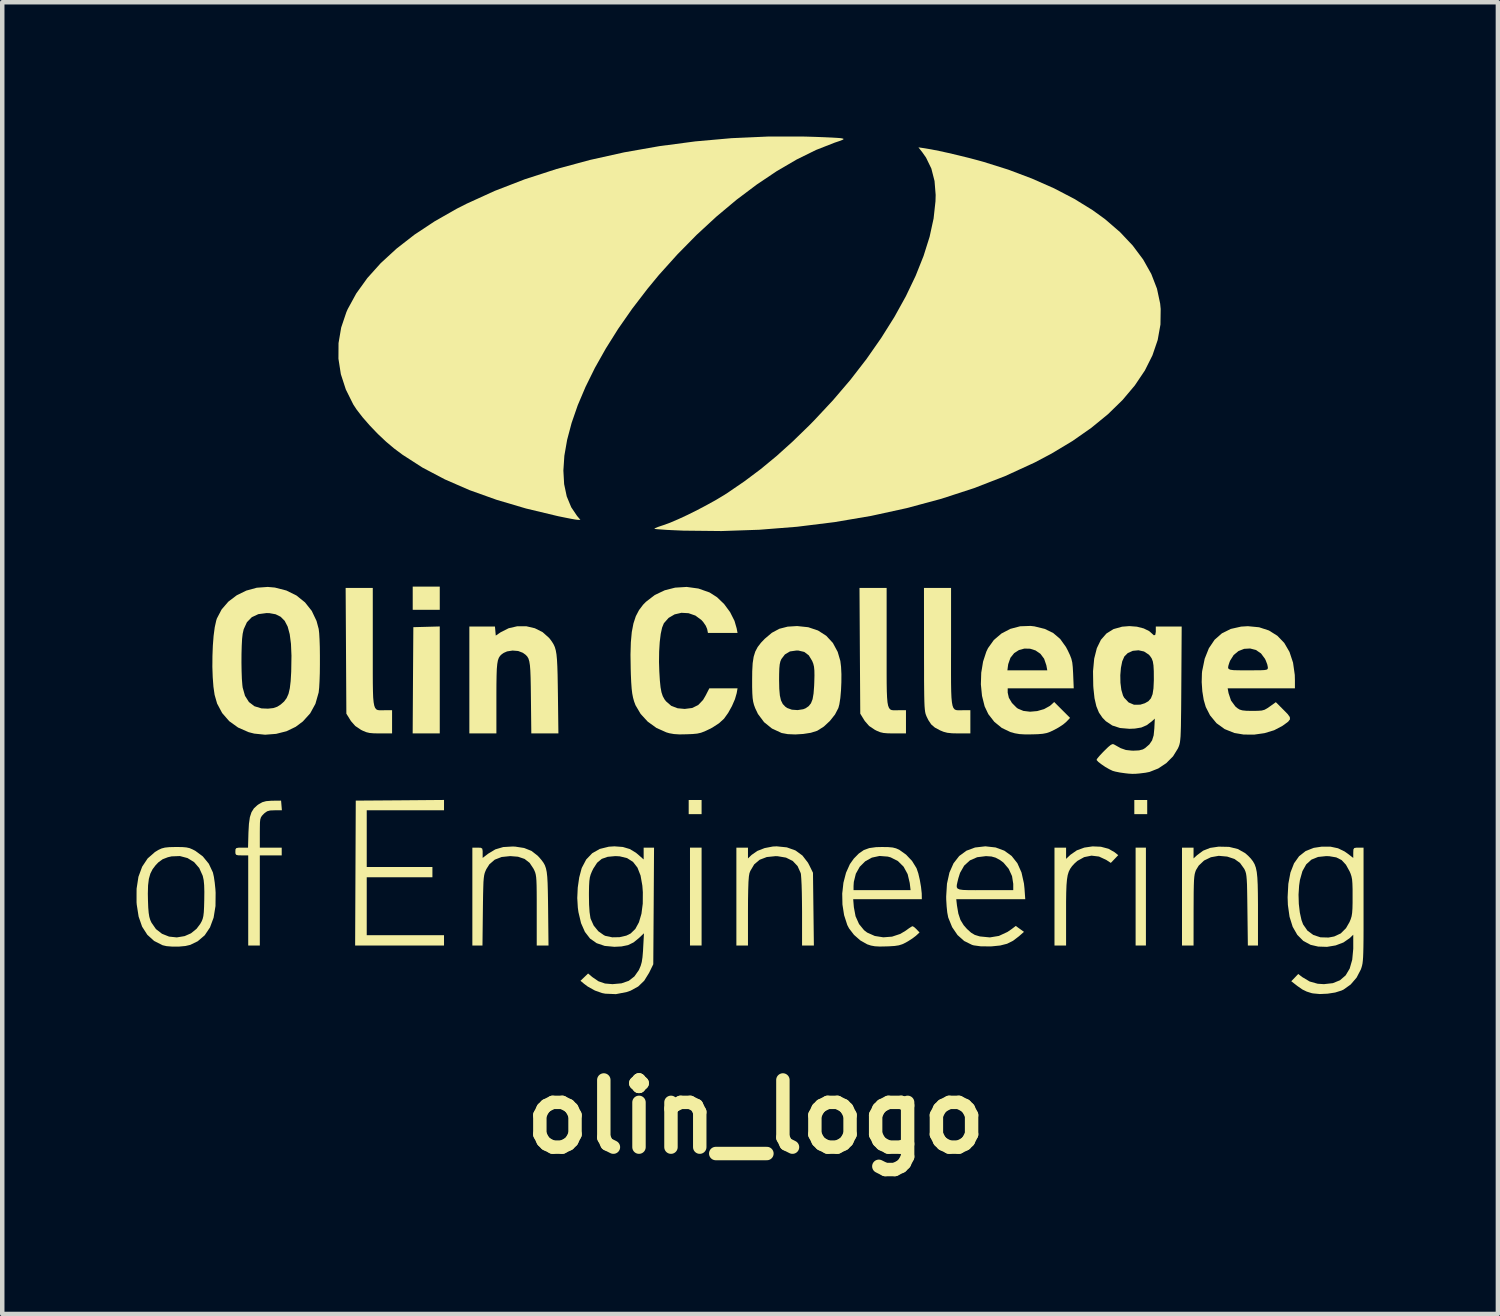
<source format=kicad_pcb>
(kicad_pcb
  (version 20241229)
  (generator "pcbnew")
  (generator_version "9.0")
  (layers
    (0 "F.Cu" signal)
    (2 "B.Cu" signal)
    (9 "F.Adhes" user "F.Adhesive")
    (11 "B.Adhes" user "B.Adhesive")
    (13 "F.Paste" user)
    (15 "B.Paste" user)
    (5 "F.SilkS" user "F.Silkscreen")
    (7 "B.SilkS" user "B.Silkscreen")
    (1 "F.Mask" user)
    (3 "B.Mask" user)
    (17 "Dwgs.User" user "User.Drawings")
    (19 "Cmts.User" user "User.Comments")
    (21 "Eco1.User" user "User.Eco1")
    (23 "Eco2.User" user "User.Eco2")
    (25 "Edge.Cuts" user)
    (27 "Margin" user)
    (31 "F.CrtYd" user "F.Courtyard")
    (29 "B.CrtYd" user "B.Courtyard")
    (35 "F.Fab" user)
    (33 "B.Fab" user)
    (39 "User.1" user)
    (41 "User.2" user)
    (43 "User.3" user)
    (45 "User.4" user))
  (footprint "olin_logo"
    (layer "F.Cu")
    (at 13.804 15.818)
    (property "Reference" "olin_logo" (at 0.025 6.075 0) (layer "F.SilkS") (effects (font (size 1.5 1.5) (thickness 0.3))))
    (attr board_only exclude_from_pos_files exclude_from_bom)
    (fp_poly (pts (xy -7.032 -5.507) (xy -7.032 -5.248) (xy -7.334 -5.248) (xy -7.636 -5.248) (xy -7.636 -5.507) (xy -7.636 -5.766) (xy -7.334 -5.766) (xy -7.032 -5.766)) (stroke (width 0) (type solid)) (fill yes) (layer "F.SilkS"))
    (fp_poly (pts (xy -7.032 -3.682) (xy -7.032 -2.487) (xy -7.335 -2.487) (xy -7.637 -2.487) (xy -7.63 -3.673) (xy -7.622 -4.86) (xy -7.327 -4.868) (xy -7.032 -4.876)) (stroke (width 0) (type solid)) (fill yes) (layer "F.SilkS"))
    (fp_poly (pts (xy -1.184 -0.842) (xy -1.184 -0.684) (xy -1.328 -0.684) (xy -1.472 -0.684) (xy -1.472 -0.842) (xy -1.472 -1) (xy -1.328 -1) (xy -1.184 -1)) (stroke (width 0) (type solid)) (fill yes) (layer "F.SilkS"))
    (fp_poly (pts (xy -1.184 1.157) (xy -1.184 2.25) (xy -1.313 2.25) (xy -1.443 2.25) (xy -1.443 1.157) (xy -1.443 0.064) (xy -1.313 0.064) (xy -1.184 0.064)) (stroke (width 0) (type solid)) (fill yes) (layer "F.SilkS"))
    (fp_poly (pts (xy 8.74 1.157) (xy 8.74 2.25) (xy 8.625 2.25) (xy 8.51 2.25) (xy 8.51 1.157) (xy 8.51 0.064) (xy 8.625 0.064) (xy 8.74 0.064)) (stroke (width 0) (type solid)) (fill yes) (layer "F.SilkS"))
    (fp_poly (pts (xy 8.769 -0.842) (xy 8.769 -0.684) (xy 8.625 -0.684) (xy 8.481 -0.684) (xy 8.481 -0.842) (xy 8.481 -1) (xy 8.625 -1) (xy 8.769 -1)) (stroke (width 0) (type solid)) (fill yes) (layer "F.SilkS"))
    (fp_poly (pts (xy -6.937 -0.886) (xy -6.937 -0.77) (xy -7.8 -0.77) (xy -8.663 -0.77) (xy -8.663 -0.137) (xy -8.663 0.496) (xy -7.93 0.496) (xy -7.196 0.496) (xy -7.196 0.611) (xy -7.196 0.726) (xy -7.93 0.726) (xy -8.663 0.726) (xy -8.663 1.373) (xy -8.663 2.02) (xy -7.8 2.02) (xy -6.937 2.02) (xy -6.937 2.135) (xy -6.937 2.25) (xy -7.93 2.25) (xy -8.922 2.25) (xy -8.915 0.632) (xy -8.908 -0.986) (xy -7.922 -0.993) (xy -6.937 -1.001)) (stroke (width 0) (type solid)) (fill yes) (layer "F.SilkS"))
    (fp_poly (pts (xy -8.528 -4.416) (xy -8.528 -4.094) (xy -8.528 -3.825) (xy -8.527 -3.604) (xy -8.524 -3.427) (xy -8.519 -3.288) (xy -8.509 -3.183) (xy -8.495 -3.108) (xy -8.476 -3.057) (xy -8.45 -3.025) (xy -8.417 -3.009) (xy -8.376 -3.004) (xy -8.327 -3.004) (xy -8.267 -3.005) (xy -8.097 -3.005) (xy -8.097 -2.746) (xy -8.097 -2.487) (xy -8.367 -2.487) (xy -8.502 -2.489) (xy -8.598 -2.497) (xy -8.674 -2.515) (xy -8.749 -2.546) (xy -8.791 -2.567) (xy -8.918 -2.652) (xy -9.014 -2.761) (xy -9.031 -2.788) (xy -9.118 -2.928) (xy -9.126 -4.333) (xy -9.134 -5.737) (xy -8.831 -5.737) (xy -8.528 -5.737)) (stroke (width 0) (type solid)) (fill yes) (layer "F.SilkS"))
    (fp_poly (pts (xy 2.949 -4.416) (xy 2.949 -4.094) (xy 2.949 -3.825) (xy 2.95 -3.604) (xy 2.953 -3.427) (xy 2.959 -3.288) (xy 2.968 -3.183) (xy 2.982 -3.108) (xy 3.002 -3.057) (xy 3.027 -3.025) (xy 3.06 -3.009) (xy 3.101 -3.004) (xy 3.151 -3.004) (xy 3.21 -3.005) (xy 3.381 -3.005) (xy 3.381 -2.746) (xy 3.381 -2.487) (xy 3.111 -2.487) (xy 2.976 -2.489) (xy 2.88 -2.497) (xy 2.803 -2.515) (xy 2.728 -2.546) (xy 2.687 -2.567) (xy 2.559 -2.652) (xy 2.464 -2.761) (xy 2.446 -2.788) (xy 2.36 -2.928) (xy 2.351 -4.333) (xy 2.343 -5.737) (xy 2.646 -5.737) (xy 2.949 -5.737)) (stroke (width 0) (type solid)) (fill yes) (layer "F.SilkS"))
    (fp_poly (pts (xy 7.734 0.044) (xy 7.904 0.089) (xy 8.039 0.166) (xy 8.122 0.232) (xy 8.039 0.319) (xy 7.956 0.405) (xy 7.852 0.337) (xy 7.692 0.263) (xy 7.525 0.243) (xy 7.361 0.276) (xy 7.21 0.36) (xy 7.143 0.42) (xy 7.09 0.478) (xy 7.049 0.536) (xy 7.017 0.6) (xy 6.993 0.678) (xy 6.977 0.777) (xy 6.966 0.906) (xy 6.96 1.07) (xy 6.957 1.278) (xy 6.957 1.513) (xy 6.957 2.25) (xy 6.827 2.25) (xy 6.698 2.25) (xy 6.698 1.157) (xy 6.698 0.064) (xy 6.827 0.064) (xy 6.957 0.064) (xy 6.957 0.19) (xy 6.957 0.315) (xy 7.056 0.222) (xy 7.196 0.125) (xy 7.365 0.063) (xy 7.549 0.036)) (stroke (width 0) (type solid)) (fill yes) (layer "F.SilkS"))
    (fp_poly (pts (xy 4.388 -4.416) (xy 4.387 -4.094) (xy 4.387 -3.825) (xy 4.388 -3.604) (xy 4.391 -3.427) (xy 4.397 -3.288) (xy 4.407 -3.183) (xy 4.421 -3.108) (xy 4.44 -3.057) (xy 4.466 -3.025) (xy 4.499 -3.009) (xy 4.539 -3.004) (xy 4.589 -3.004) (xy 4.649 -3.005) (xy 4.819 -3.005) (xy 4.819 -2.746) (xy 4.819 -2.487) (xy 4.553 -2.487) (xy 4.411 -2.49) (xy 4.306 -2.501) (xy 4.221 -2.523) (xy 4.143 -2.555) (xy 4.026 -2.618) (xy 3.945 -2.688) (xy 3.881 -2.784) (xy 3.843 -2.861) (xy 3.83 -2.893) (xy 3.818 -2.927) (xy 3.809 -2.969) (xy 3.802 -3.024) (xy 3.796 -3.097) (xy 3.792 -3.193) (xy 3.789 -3.318) (xy 3.787 -3.477) (xy 3.785 -3.676) (xy 3.785 -3.919) (xy 3.784 -4.212) (xy 3.784 -4.364) (xy 3.783 -5.737) (xy 4.086 -5.737) (xy 4.388 -5.737)) (stroke (width 0) (type solid)) (fill yes) (layer "F.SilkS"))
    (fp_poly (pts (xy 0.72 0.058) (xy 0.911 0.126) (xy 1.068 0.24) (xy 1.192 0.401) (xy 1.223 0.46) (xy 1.304 0.625) (xy 1.314 1.438) (xy 1.324 2.25) (xy 1.192 2.25) (xy 1.06 2.25) (xy 1.06 1.495) (xy 1.058 1.275) (xy 1.055 1.074) (xy 1.05 0.9) (xy 1.043 0.762) (xy 1.036 0.668) (xy 1.03 0.633) (xy 0.96 0.476) (xy 0.851 0.361) (xy 0.702 0.287) (xy 0.517 0.256) (xy 0.47 0.254) (xy 0.272 0.274) (xy 0.113 0.335) (xy -0.008 0.437) (xy -0.096 0.585) (xy -0.115 0.636) (xy -0.127 0.704) (xy -0.137 0.828) (xy -0.143 1.006) (xy -0.147 1.237) (xy -0.148 1.492) (xy -0.148 2.25) (xy -0.278 2.25) (xy -0.407 2.25) (xy -0.407 1.157) (xy -0.407 0.064) (xy -0.278 0.064) (xy -0.148 0.064) (xy -0.148 0.185) (xy -0.148 0.305) (xy -0.067 0.227) (xy 0.06 0.138) (xy 0.224 0.074) (xy 0.407 0.039) (xy 0.494 0.035)) (stroke (width 0) (type solid)) (fill yes) (layer "F.SilkS"))
    (fp_poly (pts (xy -10.567 -0.878) (xy -10.558 -0.77) (xy -10.72 -0.77) (xy -10.821 -0.766) (xy -10.887 -0.748) (xy -10.944 -0.708) (xy -10.967 -0.686) (xy -11.003 -0.648) (xy -11.026 -0.612) (xy -11.041 -0.565) (xy -11.048 -0.496) (xy -11.05 -0.391) (xy -11.051 -0.269) (xy -11.051 0.064) (xy -10.806 0.064) (xy -10.562 0.064) (xy -10.562 0.15) (xy -10.562 0.237) (xy -10.806 0.237) (xy -11.051 0.237) (xy -11.051 1.243) (xy -11.051 2.25) (xy -11.18 2.25) (xy -11.31 2.25) (xy -11.31 1.243) (xy -11.31 0.237) (xy -11.453 0.237) (xy -11.538 0.235) (xy -11.581 0.223) (xy -11.596 0.193) (xy -11.597 0.15) (xy -11.594 0.099) (xy -11.574 0.074) (xy -11.523 0.065) (xy -11.456 0.064) (xy -11.314 0.064) (xy -11.305 -0.274) (xy -11.294 -0.468) (xy -11.273 -0.616) (xy -11.237 -0.727) (xy -11.183 -0.813) (xy -11.107 -0.883) (xy -11.073 -0.907) (xy -10.994 -0.951) (xy -10.911 -0.974) (xy -10.801 -0.983) (xy -10.768 -0.984) (xy -10.576 -0.986)) (stroke (width 0) (type solid)) (fill yes) (layer "F.SilkS"))
    (fp_poly (pts (xy -5.1 -4.881) (xy -4.908 -4.836) (xy -4.735 -4.749) (xy -4.591 -4.621) (xy -4.568 -4.593) (xy -4.525 -4.534) (xy -4.49 -4.477) (xy -4.462 -4.416) (xy -4.441 -4.343) (xy -4.425 -4.252) (xy -4.414 -4.135) (xy -4.406 -3.987) (xy -4.4 -3.8) (xy -4.396 -3.567) (xy -4.393 -3.371) (xy -4.382 -2.487) (xy -4.684 -2.487) (xy -4.987 -2.487) (xy -4.996 -3.286) (xy -4.999 -3.536) (xy -5.003 -3.735) (xy -5.009 -3.89) (xy -5.018 -4.008) (xy -5.032 -4.095) (xy -5.051 -4.159) (xy -5.078 -4.205) (xy -5.113 -4.242) (xy -5.158 -4.275) (xy -5.181 -4.29) (xy -5.281 -4.328) (xy -5.406 -4.338) (xy -5.528 -4.319) (xy -5.603 -4.286) (xy -5.649 -4.254) (xy -5.685 -4.219) (xy -5.713 -4.175) (xy -5.734 -4.116) (xy -5.748 -4.035) (xy -5.758 -3.924) (xy -5.763 -3.778) (xy -5.766 -3.589) (xy -5.767 -3.351) (xy -5.767 -3.279) (xy -5.767 -2.487) (xy -6.069 -2.487) (xy -6.371 -2.487) (xy -6.371 -3.681) (xy -6.371 -4.874) (xy -6.085 -4.874) (xy -5.799 -4.874) (xy -5.79 -4.773) (xy -5.781 -4.672) (xy -5.674 -4.745) (xy -5.494 -4.836) (xy -5.299 -4.881)) (stroke (width 0) (type solid)) (fill yes) (layer "F.SilkS"))
    (fp_poly (pts (xy 10.598 0.047) (xy 10.793 0.095) (xy 10.957 0.187) (xy 11.025 0.247) (xy 11.084 0.309) (xy 11.131 0.37) (xy 11.168 0.435) (xy 11.196 0.513) (xy 11.216 0.611) (xy 11.229 0.735) (xy 11.237 0.893) (xy 11.241 1.091) (xy 11.243 1.337) (xy 11.243 1.45) (xy 11.243 2.25) (xy 11.13 2.25) (xy 11.017 2.25) (xy 11.007 1.452) (xy 11.004 1.216) (xy 11.001 1.03) (xy 10.998 0.887) (xy 10.992 0.779) (xy 10.985 0.7) (xy 10.976 0.642) (xy 10.963 0.597) (xy 10.947 0.559) (xy 10.934 0.534) (xy 10.841 0.405) (xy 10.717 0.317) (xy 10.556 0.264) (xy 10.367 0.247) (xy 10.192 0.278) (xy 10.039 0.352) (xy 9.919 0.466) (xy 9.858 0.566) (xy 9.843 0.607) (xy 9.83 0.654) (xy 9.821 0.715) (xy 9.814 0.798) (xy 9.81 0.909) (xy 9.807 1.057) (xy 9.806 1.248) (xy 9.805 1.466) (xy 9.804 2.25) (xy 9.675 2.25) (xy 9.546 2.25) (xy 9.546 1.157) (xy 9.546 0.064) (xy 9.675 0.064) (xy 9.804 0.064) (xy 9.804 0.185) (xy 9.804 0.305) (xy 9.884 0.231) (xy 10.018 0.132) (xy 10.173 0.07) (xy 10.364 0.042) (xy 10.368 0.042)) (stroke (width 0) (type solid)) (fill yes) (layer "F.SilkS"))
    (fp_poly (pts (xy -5.348 0.041) (xy -5.147 0.072) (xy -4.984 0.137) (xy -4.847 0.243) (xy -4.809 0.283) (xy -4.758 0.343) (xy -4.717 0.399) (xy -4.685 0.456) (xy -4.661 0.524) (xy -4.643 0.608) (xy -4.631 0.716) (xy -4.623 0.856) (xy -4.618 1.034) (xy -4.614 1.258) (xy -4.612 1.423) (xy -4.603 2.25) (xy -4.735 2.25) (xy -4.866 2.25) (xy -4.866 1.465) (xy -4.866 1.232) (xy -4.867 1.049) (xy -4.869 0.908) (xy -4.873 0.803) (xy -4.879 0.724) (xy -4.888 0.666) (xy -4.9 0.62) (xy -4.917 0.578) (xy -4.938 0.535) (xy -5.025 0.404) (xy -5.138 0.316) (xy -5.284 0.267) (xy -5.457 0.253) (xy -5.65 0.273) (xy -5.804 0.333) (xy -5.924 0.437) (xy -5.992 0.545) (xy -6.012 0.589) (xy -6.028 0.631) (xy -6.04 0.681) (xy -6.049 0.746) (xy -6.056 0.833) (xy -6.06 0.95) (xy -6.064 1.104) (xy -6.067 1.303) (xy -6.069 1.466) (xy -6.078 2.25) (xy -6.191 2.25) (xy -6.304 2.25) (xy -6.304 1.157) (xy -6.304 0.064) (xy -6.189 0.064) (xy -6.116 0.067) (xy -6.083 0.086) (xy -6.074 0.139) (xy -6.074 0.179) (xy -6.074 0.294) (xy -5.949 0.198) (xy -5.791 0.103) (xy -5.615 0.051) (xy -5.409 0.039)) (stroke (width 0) (type solid)) (fill yes) (layer "F.SilkS"))
    (fp_poly (pts (xy 6.251 -4.878) (xy 6.482 -4.821) (xy 6.67 -4.729) (xy 6.825 -4.597) (xy 6.953 -4.419) (xy 6.995 -4.34) (xy 7.043 -4.238) (xy 7.075 -4.155) (xy 7.095 -4.072) (xy 7.106 -3.971) (xy 7.114 -3.834) (xy 7.115 -3.809) (xy 7.128 -3.494) (xy 6.39 -3.494) (xy 5.653 -3.494) (xy 5.653 -3.397) (xy 5.679 -3.283) (xy 5.748 -3.167) (xy 5.85 -3.064) (xy 5.881 -3.041) (xy 6.003 -2.99) (xy 6.152 -2.972) (xy 6.312 -2.986) (xy 6.465 -3.03) (xy 6.594 -3.101) (xy 6.625 -3.127) (xy 6.691 -3.189) (xy 6.869 -3.011) (xy 7.046 -2.834) (xy 6.961 -2.745) (xy 6.891 -2.686) (xy 6.79 -2.62) (xy 6.69 -2.565) (xy 6.599 -2.522) (xy 6.521 -2.495) (xy 6.437 -2.479) (xy 6.33 -2.47) (xy 6.201 -2.466) (xy 6.04 -2.465) (xy 5.918 -2.472) (xy 5.812 -2.49) (xy 5.713 -2.518) (xy 5.522 -2.609) (xy 5.354 -2.746) (xy 5.22 -2.918) (xy 5.138 -3.091) (xy 5.079 -3.327) (xy 5.054 -3.583) (xy 5.062 -3.843) (xy 5.071 -3.896) (xy 5.646 -3.896) (xy 6.091 -3.896) (xy 6.537 -3.896) (xy 6.516 -4.01) (xy 6.466 -4.156) (xy 6.383 -4.266) (xy 6.275 -4.34) (xy 6.153 -4.379) (xy 6.026 -4.382) (xy 5.904 -4.349) (xy 5.797 -4.28) (xy 5.714 -4.176) (xy 5.665 -4.035) (xy 5.661 -4.01) (xy 5.646 -3.896) (xy 5.071 -3.896) (xy 5.103 -4.091) (xy 5.175 -4.312) (xy 5.213 -4.391) (xy 5.344 -4.574) (xy 5.513 -4.718) (xy 5.711 -4.822) (xy 5.931 -4.88) (xy 6.163 -4.888)) (stroke (width 0) (type solid)) (fill yes) (layer "F.SilkS"))
    (fp_poly (pts (xy 5.383 0.06) (xy 5.578 0.132) (xy 5.741 0.25) (xy 5.869 0.412) (xy 5.961 0.618) (xy 6.016 0.864) (xy 6.028 0.976) (xy 6.045 1.215) (xy 5.274 1.215) (xy 4.504 1.215) (xy 4.52 1.357) (xy 4.551 1.538) (xy 4.598 1.679) (xy 4.67 1.797) (xy 4.744 1.881) (xy 4.835 1.963) (xy 4.918 2.013) (xy 5.019 2.044) (xy 5.039 2.048) (xy 5.255 2.069) (xy 5.456 2.036) (xy 5.648 1.947) (xy 5.74 1.884) (xy 5.833 1.813) (xy 5.925 1.879) (xy 6.017 1.945) (xy 5.904 2.044) (xy 5.773 2.144) (xy 5.639 2.211) (xy 5.485 2.25) (xy 5.295 2.269) (xy 5.259 2.27) (xy 5.051 2.268) (xy 4.896 2.247) (xy 4.857 2.236) (xy 4.682 2.15) (xy 4.532 2.016) (xy 4.412 1.84) (xy 4.326 1.628) (xy 4.322 1.611) (xy 4.303 1.512) (xy 4.289 1.376) (xy 4.28 1.225) (xy 4.279 1.157) (xy 4.292 0.946) (xy 4.515 0.946) (xy 4.534 0.978) (xy 4.579 0.998) (xy 4.656 1.009) (xy 4.772 1.013) (xy 4.933 1.014) (xy 5.144 1.013) (xy 5.777 1.013) (xy 5.777 0.873) (xy 5.75 0.7) (xy 5.675 0.537) (xy 5.56 0.4) (xy 5.48 0.34) (xy 5.383 0.288) (xy 5.291 0.262) (xy 5.175 0.254) (xy 5.164 0.254) (xy 4.971 0.278) (xy 4.809 0.349) (xy 4.681 0.466) (xy 4.589 0.627) (xy 4.551 0.748) (xy 4.53 0.834) (xy 4.516 0.899) (xy 4.515 0.946) (xy 4.292 0.946) (xy 4.297 0.868) (xy 4.352 0.62) (xy 4.443 0.414) (xy 4.57 0.251) (xy 4.73 0.133) (xy 4.924 0.061) (xy 5.15 0.035) (xy 5.157 0.035)) (stroke (width 0) (type solid)) (fill yes) (layer "F.SilkS"))
    (fp_poly (pts (xy 1.101 -15.818) (xy 1.182 -15.816) (xy 1.377 -15.81) (xy 1.558 -15.803) (xy 1.715 -15.796) (xy 1.838 -15.789) (xy 1.918 -15.783) (xy 1.938 -15.78) (xy 1.979 -15.771) (xy 1.988 -15.76) (xy 1.961 -15.743) (xy 1.89 -15.716) (xy 1.789 -15.682) (xy 1.373 -15.519) (xy 0.941 -15.306) (xy 0.497 -15.047) (xy 0.047 -14.745) (xy -0.405 -14.405) (xy -0.854 -14.029) (xy -1.295 -13.622) (xy -1.724 -13.186) (xy -2.137 -12.727) (xy -2.392 -12.418) (xy -2.735 -11.971) (xy -3.046 -11.525) (xy -3.323 -11.084) (xy -3.567 -10.651) (xy -3.776 -10.227) (xy -3.95 -9.817) (xy -4.087 -9.422) (xy -4.187 -9.045) (xy -4.249 -8.69) (xy -4.271 -8.359) (xy -4.254 -8.055) (xy -4.196 -7.781) (xy -4.096 -7.539) (xy -3.966 -7.346) (xy -3.89 -7.256) (xy -3.957 -7.258) (xy -4.01 -7.265) (xy -4.106 -7.282) (xy -4.232 -7.307) (xy -4.375 -7.336) (xy -4.398 -7.341) (xy -5.107 -7.511) (xy -5.763 -7.705) (xy -6.367 -7.921) (xy -6.918 -8.161) (xy -7.417 -8.424) (xy -7.863 -8.711) (xy -8.052 -8.852) (xy -8.23 -9.002) (xy -8.414 -9.175) (xy -8.592 -9.361) (xy -8.754 -9.546) (xy -8.888 -9.719) (xy -8.964 -9.835) (xy -9.13 -10.169) (xy -9.241 -10.51) (xy -9.295 -10.856) (xy -9.293 -11.204) (xy -9.234 -11.551) (xy -9.119 -11.893) (xy -9.088 -11.964) (xy -8.896 -12.315) (xy -8.649 -12.658) (xy -8.348 -12.993) (xy -7.996 -13.316) (xy -7.595 -13.628) (xy -7.146 -13.925) (xy -6.651 -14.207) (xy -6.43 -14.319) (xy -5.805 -14.604) (xy -5.135 -14.863) (xy -4.425 -15.093) (xy -3.683 -15.294) (xy -2.915 -15.465) (xy -2.126 -15.604) (xy -1.324 -15.71) (xy -0.515 -15.782) (xy 0.295 -15.818)) (stroke (width 0) (type solid)) (fill yes) (layer "F.SilkS"))
    (fp_poly (pts (xy 1.198 -4.859) (xy 1.416 -4.786) (xy 1.6 -4.668) (xy 1.748 -4.508) (xy 1.856 -4.308) (xy 1.915 -4.106) (xy 1.931 -3.976) (xy 1.939 -3.812) (xy 1.938 -3.631) (xy 1.93 -3.448) (xy 1.915 -3.278) (xy 1.893 -3.137) (xy 1.871 -3.054) (xy 1.796 -2.91) (xy 1.683 -2.767) (xy 1.548 -2.641) (xy 1.407 -2.551) (xy 1.389 -2.543) (xy 1.255 -2.501) (xy 1.087 -2.475) (xy 0.909 -2.464) (xy 0.741 -2.471) (xy 0.605 -2.496) (xy 0.6 -2.498) (xy 0.388 -2.596) (xy 0.212 -2.738) (xy 0.075 -2.921) (xy 0.013 -3.051) (xy -0.014 -3.125) (xy -0.032 -3.196) (xy -0.044 -3.277) (xy -0.051 -3.382) (xy -0.055 -3.523) (xy -0.055 -3.652) (xy -0.055 -3.681) (xy 0.547 -3.681) (xy 0.551 -3.484) (xy 0.564 -3.335) (xy 0.589 -3.225) (xy 0.629 -3.144) (xy 0.686 -3.084) (xy 0.727 -3.055) (xy 0.832 -3.017) (xy 0.961 -3.008) (xy 1.085 -3.027) (xy 1.138 -3.048) (xy 1.208 -3.096) (xy 1.259 -3.16) (xy 1.295 -3.251) (xy 1.317 -3.378) (xy 1.33 -3.549) (xy 1.333 -3.627) (xy 1.337 -3.782) (xy 1.335 -3.894) (xy 1.327 -3.976) (xy 1.311 -4.043) (xy 1.286 -4.106) (xy 1.21 -4.231) (xy 1.11 -4.307) (xy 0.978 -4.338) (xy 0.936 -4.339) (xy 0.789 -4.318) (xy 0.677 -4.251) (xy 0.598 -4.148) (xy 0.576 -4.096) (xy 0.561 -4.03) (xy 0.552 -3.937) (xy 0.548 -3.807) (xy 0.547 -3.681) (xy -0.055 -3.681) (xy -0.053 -3.877) (xy -0.043 -4.056) (xy -0.021 -4.199) (xy 0.015 -4.315) (xy 0.069 -4.417) (xy 0.143 -4.513) (xy 0.226 -4.6) (xy 0.386 -4.735) (xy 0.552 -4.824) (xy 0.739 -4.872) (xy 0.95 -4.885)) (stroke (width 0) (type solid)) (fill yes) (layer "F.SilkS"))
    (fp_poly (pts (xy -12.787 0.051) (xy -12.693 0.059) (xy -12.62 0.075) (xy -12.55 0.105) (xy -12.492 0.135) (xy -12.324 0.26) (xy -12.19 0.424) (xy -12.101 0.614) (xy -12.098 0.622) (xy -12.077 0.716) (xy -12.058 0.845) (xy -12.043 0.991) (xy -12.038 1.071) (xy -12.041 1.369) (xy -12.083 1.628) (xy -12.164 1.846) (xy -12.282 2.022) (xy -12.438 2.155) (xy -12.605 2.236) (xy -12.713 2.261) (xy -12.853 2.274) (xy -13.001 2.275) (xy -13.135 2.264) (xy -13.222 2.244) (xy -13.412 2.148) (xy -13.564 2.01) (xy -13.68 1.829) (xy -13.758 1.604) (xy -13.8 1.335) (xy -13.804 1.285) (xy -13.804 1.091) (xy -13.552 1.091) (xy -13.549 1.244) (xy -13.543 1.405) (xy -13.533 1.522) (xy -13.519 1.609) (xy -13.498 1.68) (xy -13.471 1.739) (xy -13.371 1.883) (xy -13.236 1.988) (xy -13.078 2.051) (xy -12.905 2.069) (xy -12.73 2.04) (xy -12.589 1.978) (xy -12.464 1.877) (xy -12.382 1.768) (xy -12.349 1.709) (xy -12.327 1.654) (xy -12.312 1.591) (xy -12.302 1.507) (xy -12.296 1.388) (xy -12.292 1.239) (xy -12.29 1.048) (xy -12.294 0.902) (xy -12.305 0.789) (xy -12.325 0.697) (xy -12.327 0.691) (xy -12.404 0.52) (xy -12.519 0.387) (xy -12.666 0.297) (xy -12.836 0.252) (xy -13.021 0.259) (xy -13.104 0.278) (xy -13.221 0.323) (xy -13.315 0.391) (xy -13.377 0.455) (xy -13.446 0.546) (xy -13.496 0.645) (xy -13.529 0.762) (xy -13.547 0.907) (xy -13.552 1.091) (xy -13.804 1.091) (xy -13.803 0.98) (xy -13.762 0.715) (xy -13.679 0.49) (xy -13.556 0.305) (xy -13.392 0.161) (xy -13.314 0.114) (xy -13.244 0.082) (xy -13.17 0.063) (xy -13.074 0.053) (xy -12.94 0.05) (xy -12.92 0.05)) (stroke (width 0) (type solid)) (fill yes) (layer "F.SilkS"))
    (fp_poly (pts (xy 2.984 0.052) (xy 3.084 0.061) (xy 3.159 0.08) (xy 3.227 0.11) (xy 3.231 0.112) (xy 3.383 0.22) (xy 3.517 0.362) (xy 3.614 0.519) (xy 3.618 0.527) (xy 3.656 0.638) (xy 3.69 0.784) (xy 3.717 0.941) (xy 3.733 1.086) (xy 3.734 1.136) (xy 3.735 1.215) (xy 2.969 1.215) (xy 2.202 1.215) (xy 2.217 1.395) (xy 2.255 1.597) (xy 2.333 1.771) (xy 2.445 1.908) (xy 2.514 1.961) (xy 2.685 2.037) (xy 2.875 2.067) (xy 3.07 2.052) (xy 3.254 1.991) (xy 3.377 1.917) (xy 3.451 1.863) (xy 3.508 1.827) (xy 3.529 1.819) (xy 3.563 1.838) (xy 3.614 1.884) (xy 3.618 1.889) (xy 3.684 1.959) (xy 3.602 2.034) (xy 3.527 2.091) (xy 3.429 2.154) (xy 3.375 2.185) (xy 3.298 2.222) (xy 3.221 2.246) (xy 3.129 2.26) (xy 3.004 2.268) (xy 2.944 2.27) (xy 2.795 2.273) (xy 2.686 2.267) (xy 2.599 2.251) (xy 2.517 2.224) (xy 2.514 2.223) (xy 2.361 2.136) (xy 2.22 2.012) (xy 2.109 1.867) (xy 2.07 1.792) (xy 1.999 1.572) (xy 1.962 1.334) (xy 1.957 1.088) (xy 1.966 1.013) (xy 2.21 1.013) (xy 2.847 1.013) (xy 3.484 1.013) (xy 3.465 0.853) (xy 3.418 0.655) (xy 3.328 0.49) (xy 3.201 0.364) (xy 3.04 0.282) (xy 2.974 0.264) (xy 2.79 0.25) (xy 2.619 0.287) (xy 2.47 0.37) (xy 2.348 0.492) (xy 2.261 0.647) (xy 2.216 0.83) (xy 2.21 0.92) (xy 2.21 1.013) (xy 1.966 1.013) (xy 1.984 0.848) (xy 2.042 0.625) (xy 2.129 0.431) (xy 2.216 0.309) (xy 2.328 0.195) (xy 2.438 0.119) (xy 2.561 0.074) (xy 2.713 0.053) (xy 2.843 0.05)) (stroke (width 0) (type solid)) (fill yes) (layer "F.SilkS"))
    (fp_poly (pts (xy 3.801 -15.556) (xy 3.942 -15.532) (xy 4.124 -15.496) (xy 4.334 -15.45) (xy 4.558 -15.397) (xy 4.782 -15.342) (xy 4.993 -15.286) (xy 5.109 -15.254) (xy 5.666 -15.079) (xy 6.194 -14.88) (xy 6.688 -14.662) (xy 7.141 -14.426) (xy 7.547 -14.176) (xy 7.826 -13.974) (xy 8.16 -13.686) (xy 8.445 -13.384) (xy 8.679 -13.071) (xy 8.86 -12.749) (xy 8.987 -12.421) (xy 9.058 -12.089) (xy 9.07 -11.967) (xy 9.065 -11.62) (xy 9.003 -11.274) (xy 8.886 -10.931) (xy 8.716 -10.592) (xy 8.492 -10.259) (xy 8.218 -9.934) (xy 7.893 -9.617) (xy 7.519 -9.311) (xy 7.098 -9.017) (xy 6.63 -8.736) (xy 6.256 -8.538) (xy 5.601 -8.237) (xy 4.903 -7.966) (xy 4.166 -7.726) (xy 3.397 -7.519) (xy 2.601 -7.345) (xy 1.783 -7.206) (xy 0.95 -7.103) (xy 0.106 -7.036) (xy -0.741 -7.007) (xy -1.588 -7.016) (xy -1.817 -7.026) (xy -1.964 -7.033) (xy -2.09 -7.042) (xy -2.184 -7.049) (xy -2.234 -7.056) (xy -2.24 -7.058) (xy -2.221 -7.072) (xy -2.159 -7.098) (xy -2.065 -7.13) (xy -2.031 -7.141) (xy -1.886 -7.194) (xy -1.704 -7.272) (xy -1.497 -7.368) (xy -1.278 -7.477) (xy -1.059 -7.593) (xy -0.852 -7.708) (xy -0.669 -7.818) (xy -0.609 -7.857) (xy -0.227 -8.118) (xy 0.136 -8.39) (xy 0.49 -8.682) (xy 0.846 -9.003) (xy 1.217 -9.363) (xy 1.327 -9.475) (xy 1.747 -9.924) (xy 2.139 -10.383) (xy 2.5 -10.85) (xy 2.828 -11.32) (xy 3.122 -11.788) (xy 3.379 -12.252) (xy 3.597 -12.708) (xy 3.774 -13.152) (xy 3.909 -13.58) (xy 3.998 -13.988) (xy 4.04 -14.372) (xy 4.044 -14.514) (xy 4.019 -14.825) (xy 3.948 -15.103) (xy 3.829 -15.348) (xy 3.747 -15.465) (xy 3.659 -15.577)) (stroke (width 0) (type solid)) (fill yes) (layer "F.SilkS"))
    (fp_poly (pts (xy 11.268 -4.858) (xy 11.488 -4.786) (xy 11.676 -4.668) (xy 11.83 -4.508) (xy 11.947 -4.307) (xy 12.026 -4.068) (xy 12.065 -3.794) (xy 12.068 -3.677) (xy 12.068 -3.494) (xy 11.317 -3.494) (xy 10.566 -3.494) (xy 10.586 -3.386) (xy 10.641 -3.221) (xy 10.738 -3.089) (xy 10.783 -3.051) (xy 10.833 -3.02) (xy 10.893 -3.002) (xy 10.979 -2.993) (xy 11.106 -2.99) (xy 11.118 -2.99) (xy 11.242 -2.992) (xy 11.326 -2.998) (xy 11.389 -3.015) (xy 11.447 -3.047) (xy 11.507 -3.088) (xy 11.642 -3.185) (xy 11.817 -3.01) (xy 11.907 -2.918) (xy 11.954 -2.853) (xy 11.958 -2.802) (xy 11.918 -2.75) (xy 11.831 -2.685) (xy 11.785 -2.653) (xy 11.604 -2.558) (xy 11.389 -2.493) (xy 11.156 -2.46) (xy 10.922 -2.462) (xy 10.714 -2.497) (xy 10.498 -2.584) (xy 10.316 -2.716) (xy 10.172 -2.891) (xy 10.077 -3.077) (xy 10.031 -3.236) (xy 10 -3.428) (xy 9.986 -3.633) (xy 9.991 -3.828) (xy 9.996 -3.879) (xy 10.013 -3.96) (xy 10.575 -3.96) (xy 10.586 -3.929) (xy 10.624 -3.91) (xy 10.696 -3.9) (xy 10.81 -3.897) (xy 10.972 -3.896) (xy 11.018 -3.896) (xy 11.187 -3.897) (xy 11.307 -3.898) (xy 11.386 -3.902) (xy 11.432 -3.91) (xy 11.455 -3.922) (xy 11.463 -3.941) (xy 11.464 -3.962) (xy 11.451 -4.027) (xy 11.418 -4.114) (xy 11.399 -4.154) (xy 11.31 -4.274) (xy 11.196 -4.351) (xy 11.067 -4.384) (xy 10.934 -4.376) (xy 10.808 -4.327) (xy 10.7 -4.238) (xy 10.62 -4.111) (xy 10.605 -4.072) (xy 10.584 -4.007) (xy 10.575 -3.96) (xy 10.013 -3.96) (xy 10.053 -4.156) (xy 10.146 -4.389) (xy 10.274 -4.579) (xy 10.438 -4.723) (xy 10.636 -4.821) (xy 10.867 -4.873) (xy 11.018 -4.882)) (stroke (width 0) (type solid)) (fill yes) (layer "F.SilkS"))
    (fp_poly (pts (xy -1.255 -5.723) (xy -1.01 -5.637) (xy -1.007 -5.636) (xy -0.838 -5.528) (xy -0.681 -5.377) (xy -0.548 -5.197) (xy -0.449 -5.001) (xy -0.401 -4.835) (xy -0.381 -4.731) (xy -0.712 -4.731) (xy -1.042 -4.731) (xy -1.06 -4.82) (xy -1.091 -4.893) (xy -1.149 -4.977) (xy -1.187 -5.019) (xy -1.322 -5.119) (xy -1.475 -5.172) (xy -1.633 -5.181) (xy -1.786 -5.146) (xy -1.921 -5.067) (xy -2.027 -4.947) (xy -2.028 -4.944) (xy -2.066 -4.85) (xy -2.097 -4.708) (xy -2.119 -4.527) (xy -2.132 -4.316) (xy -2.135 -4.084) (xy -2.128 -3.868) (xy -2.116 -3.67) (xy -2.101 -3.52) (xy -2.08 -3.406) (xy -2.051 -3.319) (xy -2.012 -3.248) (xy -1.977 -3.203) (xy -1.863 -3.104) (xy -1.721 -3.049) (xy -1.561 -3.034) (xy -1.394 -3.055) (xy -1.26 -3.121) (xy -1.151 -3.235) (xy -1.096 -3.329) (xy -1.011 -3.494) (xy -0.696 -3.494) (xy -0.381 -3.494) (xy -0.4 -3.386) (xy -0.439 -3.251) (xy -0.506 -3.097) (xy -0.59 -2.946) (xy -0.68 -2.82) (xy -0.688 -2.811) (xy -0.796 -2.713) (xy -0.944 -2.617) (xy -1.008 -2.584) (xy -1.113 -2.534) (xy -1.198 -2.502) (xy -1.283 -2.483) (xy -1.388 -2.473) (xy -1.517 -2.468) (xy -1.679 -2.465) (xy -1.801 -2.473) (xy -1.904 -2.491) (xy -1.972 -2.511) (xy -2.193 -2.61) (xy -2.387 -2.75) (xy -2.545 -2.922) (xy -2.66 -3.117) (xy -2.692 -3.203) (xy -2.715 -3.287) (xy -2.733 -3.379) (xy -2.746 -3.489) (xy -2.756 -3.63) (xy -2.764 -3.811) (xy -2.767 -3.925) (xy -2.772 -4.248) (xy -2.764 -4.521) (xy -2.743 -4.751) (xy -2.706 -4.943) (xy -2.653 -5.105) (xy -2.581 -5.242) (xy -2.491 -5.361) (xy -2.426 -5.427) (xy -2.229 -5.579) (xy -2.007 -5.684) (xy -1.775 -5.743) (xy -1.516 -5.759)) (stroke (width 0) (type solid)) (fill yes) (layer "F.SilkS"))
    (fp_poly (pts (xy -10.715 -5.745) (xy -10.458 -5.679) (xy -10.233 -5.568) (xy -10.042 -5.414) (xy -9.891 -5.224) (xy -9.784 -4.999) (xy -9.736 -4.82) (xy -9.725 -4.726) (xy -9.717 -4.588) (xy -9.711 -4.416) (xy -9.709 -4.225) (xy -9.709 -4.027) (xy -9.711 -3.833) (xy -9.717 -3.657) (xy -9.725 -3.512) (xy -9.736 -3.408) (xy -9.738 -3.397) (xy -9.809 -3.148) (xy -9.926 -2.935) (xy -10.09 -2.754) (xy -10.249 -2.635) (xy -10.454 -2.536) (xy -10.687 -2.477) (xy -10.933 -2.458) (xy -11.176 -2.483) (xy -11.301 -2.515) (xy -11.536 -2.618) (xy -11.735 -2.761) (xy -11.892 -2.942) (xy -12.005 -3.154) (xy -12.061 -3.35) (xy -12.087 -3.531) (xy -12.103 -3.744) (xy -12.111 -3.976) (xy -12.11 -4.068) (xy -11.461 -4.068) (xy -11.458 -3.878) (xy -11.452 -3.706) (xy -11.441 -3.568) (xy -11.434 -3.511) (xy -11.382 -3.327) (xy -11.294 -3.188) (xy -11.171 -3.094) (xy -11.014 -3.046) (xy -10.869 -3.04) (xy -10.75 -3.053) (xy -10.662 -3.083) (xy -10.585 -3.132) (xy -10.509 -3.199) (xy -10.452 -3.276) (xy -10.41 -3.371) (xy -10.381 -3.495) (xy -10.362 -3.655) (xy -10.35 -3.862) (xy -10.349 -3.906) (xy -10.344 -4.223) (xy -10.355 -4.487) (xy -10.383 -4.703) (xy -10.429 -4.873) (xy -10.496 -5.002) (xy -10.585 -5.092) (xy -10.697 -5.148) (xy -10.834 -5.173) (xy -10.901 -5.175) (xy -11.084 -5.151) (xy -11.23 -5.083) (xy -11.339 -4.971) (xy -11.411 -4.814) (xy -11.434 -4.712) (xy -11.447 -4.599) (xy -11.455 -4.444) (xy -11.46 -4.262) (xy -11.461 -4.068) (xy -12.11 -4.068) (xy -12.109 -4.215) (xy -12.1 -4.449) (xy -12.083 -4.667) (xy -12.058 -4.857) (xy -12.025 -5.006) (xy -12.01 -5.054) (xy -11.904 -5.256) (xy -11.754 -5.43) (xy -11.567 -5.572) (xy -11.353 -5.677) (xy -11.12 -5.741) (xy -10.874 -5.759)) (stroke (width 0) (type solid)) (fill yes) (layer "F.SilkS"))
    (fp_poly (pts (xy -2.943 0.049) (xy -2.789 0.095) (xy -2.652 0.177) (xy -2.606 0.215) (xy -2.478 0.328) (xy -2.478 0.196) (xy -2.478 0.064) (xy -2.362 0.064) (xy -2.246 0.064) (xy -2.254 1.366) (xy -2.263 2.669) (xy -2.357 2.861) (xy -2.466 3.037) (xy -2.6 3.166) (xy -2.77 3.259) (xy -2.856 3.289) (xy -3.097 3.336) (xy -3.336 3.326) (xy -3.407 3.312) (xy -3.566 3.256) (xy -3.726 3.167) (xy -3.809 3.105) (xy -3.889 3.038) (xy -3.804 2.957) (xy -3.719 2.875) (xy -3.623 2.956) (xy -3.487 3.049) (xy -3.341 3.099) (xy -3.174 3.113) (xy -2.973 3.095) (xy -2.811 3.039) (xy -2.685 2.941) (xy -2.586 2.8) (xy -2.578 2.783) (xy -2.544 2.703) (xy -2.52 2.618) (xy -2.504 2.512) (xy -2.492 2.37) (xy -2.489 2.307) (xy -2.471 1.977) (xy -2.583 2.083) (xy -2.702 2.18) (xy -2.826 2.241) (xy -2.973 2.271) (xy -3.132 2.279) (xy -3.348 2.259) (xy -3.528 2.198) (xy -3.675 2.095) (xy -3.79 1.946) (xy -3.876 1.751) (xy -3.934 1.506) (xy -3.948 1.407) (xy -3.961 1.19) (xy -3.958 1.128) (xy -3.7 1.128) (xy -3.697 1.336) (xy -3.686 1.504) (xy -3.668 1.626) (xy -3.662 1.653) (xy -3.594 1.804) (xy -3.491 1.931) (xy -3.365 2.02) (xy -3.327 2.037) (xy -3.179 2.067) (xy -3.017 2.064) (xy -2.864 2.029) (xy -2.769 1.982) (xy -2.664 1.88) (xy -2.583 1.731) (xy -2.527 1.54) (xy -2.498 1.315) (xy -2.496 1.06) (xy -2.507 0.913) (xy -2.547 0.687) (xy -2.616 0.511) (xy -2.716 0.382) (xy -2.848 0.298) (xy -3.013 0.258) (xy -3.111 0.253) (xy -3.282 0.269) (xy -3.414 0.315) (xy -3.517 0.401) (xy -3.604 0.535) (xy -3.634 0.597) (xy -3.661 0.663) (xy -3.68 0.73) (xy -3.691 0.811) (xy -3.697 0.918) (xy -3.7 1.066) (xy -3.7 1.128) (xy -3.958 1.128) (xy -3.95 0.956) (xy -3.917 0.729) (xy -3.865 0.532) (xy -3.857 0.511) (xy -3.761 0.329) (xy -3.627 0.189) (xy -3.458 0.093) (xy -3.256 0.043) (xy -3.131 0.035)) (stroke (width 0) (type solid)) (fill yes) (layer "F.SilkS"))
    (fp_poly (pts (xy 12.865 0.043) (xy 13.03 0.078) (xy 13.178 0.15) (xy 13.241 0.194) (xy 13.371 0.294) (xy 13.371 0.179) (xy 13.374 0.105) (xy 13.394 0.073) (xy 13.446 0.064) (xy 13.486 0.064) (xy 13.601 0.064) (xy 13.601 1.343) (xy 13.601 1.648) (xy 13.601 1.902) (xy 13.6 2.109) (xy 13.598 2.276) (xy 13.595 2.408) (xy 13.591 2.51) (xy 13.585 2.589) (xy 13.578 2.65) (xy 13.568 2.698) (xy 13.556 2.74) (xy 13.542 2.781) (xy 13.54 2.786) (xy 13.445 2.968) (xy 13.312 3.122) (xy 13.153 3.235) (xy 13.108 3.256) (xy 12.967 3.3) (xy 12.798 3.326) (xy 12.625 3.334) (xy 12.474 3.32) (xy 12.442 3.314) (xy 12.331 3.279) (xy 12.233 3.231) (xy 12.127 3.157) (xy 12.097 3.134) (xy 11.987 3.048) (xy 12.065 2.967) (xy 12.142 2.886) (xy 12.233 2.956) (xy 12.398 3.054) (xy 12.576 3.104) (xy 12.716 3.113) (xy 12.914 3.091) (xy 13.075 3.026) (xy 13.2 2.918) (xy 13.291 2.766) (xy 13.348 2.568) (xy 13.371 2.324) (xy 13.371 2.269) (xy 13.371 2.009) (xy 13.292 2.085) (xy 13.152 2.182) (xy 12.978 2.248) (xy 12.785 2.28) (xy 12.588 2.274) (xy 12.419 2.235) (xy 12.255 2.147) (xy 12.121 2.012) (xy 12.018 1.832) (xy 11.948 1.608) (xy 11.911 1.344) (xy 11.905 1.172) (xy 11.908 1.114) (xy 12.149 1.114) (xy 12.155 1.32) (xy 12.178 1.515) (xy 12.215 1.682) (xy 12.251 1.779) (xy 12.348 1.918) (xy 12.48 2.015) (xy 12.639 2.067) (xy 12.819 2.072) (xy 12.946 2.048) (xy 13.092 1.98) (xy 13.209 1.863) (xy 13.288 1.726) (xy 13.315 1.66) (xy 13.334 1.597) (xy 13.346 1.523) (xy 13.353 1.426) (xy 13.356 1.294) (xy 13.356 1.157) (xy 13.356 0.988) (xy 13.352 0.865) (xy 13.345 0.775) (xy 13.331 0.705) (xy 13.311 0.644) (xy 13.291 0.597) (xy 13.207 0.445) (xy 13.111 0.342) (xy 12.992 0.282) (xy 12.838 0.256) (xy 12.767 0.253) (xy 12.585 0.272) (xy 12.437 0.332) (xy 12.321 0.437) (xy 12.236 0.588) (xy 12.18 0.787) (xy 12.162 0.911) (xy 12.149 1.114) (xy 11.908 1.114) (xy 11.921 0.872) (xy 11.968 0.621) (xy 12.048 0.415) (xy 12.161 0.256) (xy 12.308 0.14) (xy 12.488 0.069) (xy 12.667 0.042)) (stroke (width 0) (type solid)) (fill yes) (layer "F.SilkS"))
    (fp_poly (pts (xy 8.539 -4.871) (xy 8.691 -4.832) (xy 8.812 -4.773) (xy 8.871 -4.721) (xy 8.919 -4.678) (xy 8.949 -4.689) (xy 8.961 -4.755) (xy 8.961 -4.774) (xy 8.961 -4.874) (xy 9.25 -4.874) (xy 9.539 -4.874) (xy 9.531 -3.587) (xy 9.529 -3.282) (xy 9.527 -3.028) (xy 9.524 -2.821) (xy 9.522 -2.655) (xy 9.518 -2.524) (xy 9.514 -2.423) (xy 9.507 -2.346) (xy 9.5 -2.288) (xy 9.49 -2.243) (xy 9.478 -2.205) (xy 9.463 -2.17) (xy 9.454 -2.15) (xy 9.346 -1.975) (xy 9.195 -1.823) (xy 9.016 -1.704) (xy 8.821 -1.627) (xy 8.73 -1.609) (xy 8.601 -1.593) (xy 8.509 -1.585) (xy 8.432 -1.584) (xy 8.35 -1.589) (xy 8.271 -1.598) (xy 8.158 -1.614) (xy 8.055 -1.635) (xy 7.998 -1.651) (xy 7.921 -1.688) (xy 7.832 -1.739) (xy 7.747 -1.797) (xy 7.678 -1.85) (xy 7.641 -1.89) (xy 7.638 -1.898) (xy 7.657 -1.931) (xy 7.709 -1.992) (xy 7.782 -2.07) (xy 7.811 -2.099) (xy 7.896 -2.182) (xy 7.953 -2.229) (xy 7.991 -2.248) (xy 8.023 -2.244) (xy 8.048 -2.229) (xy 8.178 -2.157) (xy 8.293 -2.117) (xy 8.422 -2.103) (xy 8.465 -2.102) (xy 8.587 -2.108) (xy 8.672 -2.13) (xy 8.723 -2.16) (xy 8.818 -2.243) (xy 8.878 -2.332) (xy 8.913 -2.444) (xy 8.928 -2.595) (xy 8.928 -2.596) (xy 8.939 -2.818) (xy 8.871 -2.756) (xy 8.758 -2.671) (xy 8.638 -2.619) (xy 8.493 -2.595) (xy 8.372 -2.59) (xy 8.162 -2.608) (xy 7.989 -2.664) (xy 7.845 -2.76) (xy 7.77 -2.837) (xy 7.691 -2.952) (xy 7.633 -3.094) (xy 7.592 -3.272) (xy 7.568 -3.494) (xy 7.564 -3.551) (xy 7.56 -3.787) (xy 8.168 -3.787) (xy 8.171 -3.618) (xy 8.191 -3.461) (xy 8.228 -3.334) (xy 8.254 -3.285) (xy 8.354 -3.179) (xy 8.475 -3.127) (xy 8.614 -3.129) (xy 8.716 -3.161) (xy 8.795 -3.206) (xy 8.852 -3.271) (xy 8.889 -3.364) (xy 8.909 -3.494) (xy 8.917 -3.671) (xy 8.917 -3.709) (xy 8.916 -3.881) (xy 8.909 -4.006) (xy 8.894 -4.097) (xy 8.868 -4.164) (xy 8.83 -4.219) (xy 8.802 -4.249) (xy 8.698 -4.317) (xy 8.575 -4.344) (xy 8.448 -4.332) (xy 8.335 -4.282) (xy 8.258 -4.205) (xy 8.211 -4.097) (xy 8.182 -3.952) (xy 8.168 -3.787) (xy 7.56 -3.787) (xy 7.559 -3.878) (xy 7.585 -4.158) (xy 7.644 -4.391) (xy 7.735 -4.578) (xy 7.859 -4.719) (xy 8.016 -4.817) (xy 8.208 -4.871) (xy 8.372 -4.884)) (stroke (width 0) (type solid)) (fill yes) (layer "F.SilkS")))
  (gr_rect
    (start -3 -3)
    (end 30.406 26.297)
    (stroke (width 0.1) (type default))
    (fill no)
    (layer "Edge.Cuts")))
</source>
